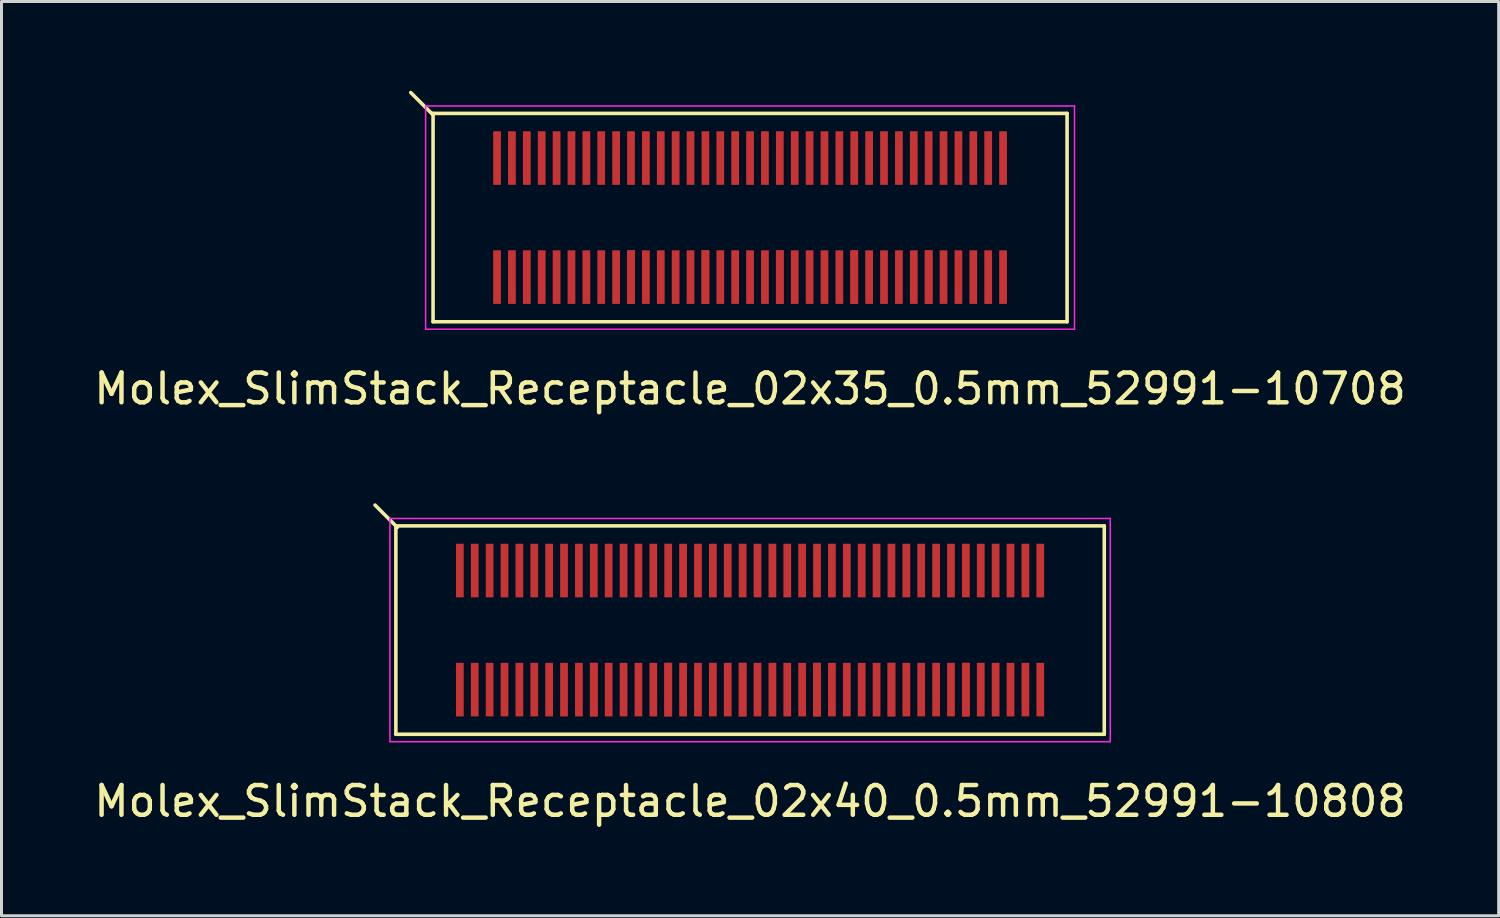
<source format=kicad_pcb>
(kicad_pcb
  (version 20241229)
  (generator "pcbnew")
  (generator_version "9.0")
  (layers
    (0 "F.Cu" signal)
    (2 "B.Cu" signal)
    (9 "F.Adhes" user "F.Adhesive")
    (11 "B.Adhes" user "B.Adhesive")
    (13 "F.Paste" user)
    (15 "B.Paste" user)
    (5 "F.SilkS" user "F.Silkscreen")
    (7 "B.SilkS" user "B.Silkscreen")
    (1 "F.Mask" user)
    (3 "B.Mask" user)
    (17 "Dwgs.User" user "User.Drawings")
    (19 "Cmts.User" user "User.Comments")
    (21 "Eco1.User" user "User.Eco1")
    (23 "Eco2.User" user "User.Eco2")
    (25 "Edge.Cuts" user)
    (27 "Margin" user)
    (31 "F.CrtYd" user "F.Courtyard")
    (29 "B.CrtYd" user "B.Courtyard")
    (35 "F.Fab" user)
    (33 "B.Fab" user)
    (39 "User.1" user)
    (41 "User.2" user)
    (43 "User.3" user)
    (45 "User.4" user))
  (footprint "Molex_SlimStack_Receptacle_02x35_0.5mm_52991-10708"
    (layer "F.Cu")
    (at 22.149 4.26)
    (property "Reference" "Molex_SlimStack_Receptacle_02x35_0.5mm_52991-10708" (at 0 5.75 0) (layer "F.SilkS") (effects (font (size 1 1) (thickness 0.15))))
    (attr smd)
    (fp_line (start -10.65 -3.5) (end -10.65 3.5) (stroke (width 0.12) (type solid)) (layer "F.SilkS"))
    (fp_line (start -10.65 -3.45) (end -11.4 -4.2) (stroke (width 0.12) (type solid)) (layer "F.SilkS"))
    (fp_line (start -10.65 3.5) (end 10.65 3.5) (stroke (width 0.12) (type solid)) (layer "F.SilkS"))
    (fp_line (start 10.65 -3.5) (end -10.65 -3.5) (stroke (width 0.12) (type solid)) (layer "F.SilkS"))
    (fp_line (start 10.65 3.5) (end 10.65 -3.5) (stroke (width 0.12) (type solid)) (layer "F.SilkS"))
    (fp_line (start -10.9 -3.75) (end -10.9 3.75) (stroke (width 0.05) (type solid)) (layer "F.CrtYd"))
    (fp_line (start -10.9 3.75) (end 10.9 3.75) (stroke (width 0.05) (type solid)) (layer "F.CrtYd"))
    (fp_line (start 10.9 -3.75) (end -10.9 -3.75) (stroke (width 0.05) (type solid)) (layer "F.CrtYd"))
    (fp_line (start 10.9 3.75) (end 10.9 -3.75) (stroke (width 0.05) (type solid)) (layer "F.CrtYd"))
    (pad "1" smd rect (at -8.5 -2) (size 0.26 1.8) (layers "F.Cu" "F.Mask" "F.Paste"))
    (pad "2" smd rect (at -8.5 2) (size 0.26 1.8) (layers "F.Cu" "F.Mask" "F.Paste"))
    (pad "3" smd rect (at -8 -2) (size 0.26 1.8) (layers "F.Cu" "F.Mask" "F.Paste"))
    (pad "4" smd rect (at -8 2) (size 0.26 1.8) (layers "F.Cu" "F.Mask" "F.Paste"))
    (pad "5" smd rect (at -7.5 -2) (size 0.26 1.8) (layers "F.Cu" "F.Mask" "F.Paste"))
    (pad "6" smd rect (at -7.5 2) (size 0.26 1.8) (layers "F.Cu" "F.Mask" "F.Paste"))
    (pad "7" smd rect (at -7 -2) (size 0.26 1.8) (layers "F.Cu" "F.Mask" "F.Paste"))
    (pad "8" smd rect (at -7 2) (size 0.26 1.8) (layers "F.Cu" "F.Mask" "F.Paste"))
    (pad "9" smd rect (at -6.5 -2) (size 0.26 1.8) (layers "F.Cu" "F.Mask" "F.Paste"))
    (pad "10" smd rect (at -6.5 2) (size 0.26 1.8) (layers "F.Cu" "F.Mask" "F.Paste"))
    (pad "11" smd rect (at -6 -2) (size 0.26 1.8) (layers "F.Cu" "F.Mask" "F.Paste"))
    (pad "12" smd rect (at -6 2) (size 0.26 1.8) (layers "F.Cu" "F.Mask" "F.Paste"))
    (pad "13" smd rect (at -5.5 -2) (size 0.26 1.8) (layers "F.Cu" "F.Mask" "F.Paste"))
    (pad "14" smd rect (at -5.5 2) (size 0.26 1.8) (layers "F.Cu" "F.Mask" "F.Paste"))
    (pad "15" smd rect (at -5 -2) (size 0.26 1.8) (layers "F.Cu" "F.Mask" "F.Paste"))
    (pad "16" smd rect (at -5 2) (size 0.26 1.8) (layers "F.Cu" "F.Mask" "F.Paste"))
    (pad "17" smd rect (at -4.5 -2) (size 0.26 1.8) (layers "F.Cu" "F.Mask" "F.Paste"))
    (pad "18" smd rect (at -4.5 2) (size 0.26 1.8) (layers "F.Cu" "F.Mask" "F.Paste"))
    (pad "19" smd rect (at -4 -2) (size 0.26 1.8) (layers "F.Cu" "F.Mask" "F.Paste"))
    (pad "20" smd rect (at -4 2) (size 0.26 1.8) (layers "F.Cu" "F.Mask" "F.Paste"))
    (pad "20" smd rect (at -4 2) (size 0.26 1.8) (layers "F.Cu" "F.Mask" "F.Paste"))
    (pad "21" smd rect (at -3.5 -2) (size 0.26 1.8) (layers "F.Cu" "F.Mask" "F.Paste"))
    (pad "22" smd rect (at -3.5 2) (size 0.26 1.8) (layers "F.Cu" "F.Mask" "F.Paste"))
    (pad "23" smd rect (at -3 -2) (size 0.26 1.8) (layers "F.Cu" "F.Mask" "F.Paste"))
    (pad "24" smd rect (at -3 2) (size 0.26 1.8) (layers "F.Cu" "F.Mask" "F.Paste"))
    (pad "25" smd rect (at -2.5 -2) (size 0.26 1.8) (layers "F.Cu" "F.Mask" "F.Paste"))
    (pad "26" smd rect (at -2.5 2) (size 0.26 1.8) (layers "F.Cu" "F.Mask" "F.Paste"))
    (pad "27" smd rect (at -2 -2) (size 0.26 1.8) (layers "F.Cu" "F.Mask" "F.Paste"))
    (pad "28" smd rect (at -2 2) (size 0.26 1.8) (layers "F.Cu" "F.Mask" "F.Paste"))
    (pad "29" smd rect (at -1.5 -2) (size 0.26 1.8) (layers "F.Cu" "F.Mask" "F.Paste"))
    (pad "30" smd rect (at -1.5 2) (size 0.26 1.8) (layers "F.Cu" "F.Mask" "F.Paste"))
    (pad "30" smd rect (at -1.5 2) (size 0.26 1.8) (layers "F.Cu" "F.Mask" "F.Paste"))
    (pad "31" smd rect (at -1 -2) (size 0.26 1.8) (layers "F.Cu" "F.Mask" "F.Paste"))
    (pad "32" smd rect (at -1 2) (size 0.26 1.8) (layers "F.Cu" "F.Mask" "F.Paste"))
    (pad "33" smd rect (at -0.5 -2) (size 0.26 1.8) (layers "F.Cu" "F.Mask" "F.Paste"))
    (pad "34" smd rect (at -0.5 2) (size 0.26 1.8) (layers "F.Cu" "F.Mask" "F.Paste"))
    (pad "35" smd rect (at 0 -2) (size 0.26 1.8) (layers "F.Cu" "F.Mask" "F.Paste"))
    (pad "36" smd rect (at 0 2) (size 0.26 1.8) (layers "F.Cu" "F.Mask" "F.Paste"))
    (pad "37" smd rect (at 0.5 -2) (size 0.26 1.8) (layers "F.Cu" "F.Mask" "F.Paste"))
    (pad "38" smd rect (at 0.5 2) (size 0.26 1.8) (layers "F.Cu" "F.Mask" "F.Paste"))
    (pad "39" smd rect (at 1 -2) (size 0.26 1.8) (layers "F.Cu" "F.Mask" "F.Paste"))
    (pad "40" smd rect (at 1 2) (size 0.26 1.8) (layers "F.Cu" "F.Mask" "F.Paste"))
    (pad "40" smd rect (at 1 2) (size 0.26 1.8) (layers "F.Cu" "F.Mask" "F.Paste"))
    (pad "41" smd rect (at 1.5 -2) (size 0.26 1.8) (layers "F.Cu" "F.Mask" "F.Paste"))
    (pad "42" smd rect (at 1.5 2) (size 0.26 1.8) (layers "F.Cu" "F.Mask" "F.Paste"))
    (pad "43" smd rect (at 2 -2) (size 0.26 1.8) (layers "F.Cu" "F.Mask" "F.Paste"))
    (pad "44" smd rect (at 2 2) (size 0.26 1.8) (layers "F.Cu" "F.Mask" "F.Paste"))
    (pad "45" smd rect (at 2.5 -2) (size 0.26 1.8) (layers "F.Cu" "F.Mask" "F.Paste"))
    (pad "46" smd rect (at 2.5 2) (size 0.26 1.8) (layers "F.Cu" "F.Mask" "F.Paste"))
    (pad "47" smd rect (at 3 -2) (size 0.26 1.8) (layers "F.Cu" "F.Mask" "F.Paste"))
    (pad "48" smd rect (at 3 2) (size 0.26 1.8) (layers "F.Cu" "F.Mask" "F.Paste"))
    (pad "49" smd rect (at 3.5 -2) (size 0.26 1.8) (layers "F.Cu" "F.Mask" "F.Paste"))
    (pad "50" smd rect (at 3.5 2) (size 0.26 1.8) (layers "F.Cu" "F.Mask" "F.Paste"))
    (pad "50" smd rect (at 3.5 2) (size 0.26 1.8) (layers "F.Cu" "F.Mask" "F.Paste"))
    (pad "51" smd rect (at 4 -2) (size 0.26 1.8) (layers "F.Cu" "F.Mask" "F.Paste"))
    (pad "52" smd rect (at 4 2) (size 0.26 1.8) (layers "F.Cu" "F.Mask" "F.Paste"))
    (pad "53" smd rect (at 4.5 -2) (size 0.26 1.8) (layers "F.Cu" "F.Mask" "F.Paste"))
    (pad "54" smd rect (at 4.5 2) (size 0.26 1.8) (layers "F.Cu" "F.Mask" "F.Paste"))
    (pad "55" smd rect (at 5 -2) (size 0.26 1.8) (layers "F.Cu" "F.Mask" "F.Paste"))
    (pad "56" smd rect (at 5 2) (size 0.26 1.8) (layers "F.Cu" "F.Mask" "F.Paste"))
    (pad "57" smd rect (at 5.5 -2) (size 0.26 1.8) (layers "F.Cu" "F.Mask" "F.Paste"))
    (pad "58" smd rect (at 5.5 2) (size 0.26 1.8) (layers "F.Cu" "F.Mask" "F.Paste"))
    (pad "59" smd rect (at 6 -2) (size 0.26 1.8) (layers "F.Cu" "F.Mask" "F.Paste"))
    (pad "60" smd rect (at 6 2) (size 0.26 1.8) (layers "F.Cu" "F.Mask" "F.Paste"))
    (pad "60" smd rect (at 6 2) (size 0.26 1.8) (layers "F.Cu" "F.Mask" "F.Paste"))
    (pad "61" smd rect (at 6.5 -2) (size 0.26 1.8) (layers "F.Cu" "F.Mask" "F.Paste"))
    (pad "62" smd rect (at 6.5 2) (size 0.26 1.8) (layers "F.Cu" "F.Mask" "F.Paste"))
    (pad "63" smd rect (at 7 -2) (size 0.26 1.8) (layers "F.Cu" "F.Mask" "F.Paste"))
    (pad "64" smd rect (at 7 2) (size 0.26 1.8) (layers "F.Cu" "F.Mask" "F.Paste"))
    (pad "65" smd rect (at 7.5 -2) (size 0.26 1.8) (layers "F.Cu" "F.Mask" "F.Paste"))
    (pad "66" smd rect (at 7.5 2) (size 0.26 1.8) (layers "F.Cu" "F.Mask" "F.Paste"))
    (pad "67" smd rect (at 8 -2) (size 0.26 1.8) (layers "F.Cu" "F.Mask" "F.Paste"))
    (pad "68" smd rect (at 8 2) (size 0.26 1.8) (layers "F.Cu" "F.Mask" "F.Paste"))
    (pad "69" smd rect (at 8.5 -2) (size 0.26 1.8) (layers "F.Cu" "F.Mask" "F.Paste"))
    (pad "70" smd rect (at 8.5 2) (size 0.26 1.8) (layers "F.Cu" "F.Mask" "F.Paste")))
  (footprint "Molex_SlimStack_Receptacle_02x40_0.5mm_52991-10808"
    (layer "F.Cu")
    (at 22.149 18.118)
    (property "Reference" "Molex_SlimStack_Receptacle_02x40_0.5mm_52991-10808" (at 0 5.75 0) (layer "F.SilkS") (effects (font (size 1 1) (thickness 0.15))))
    (attr smd)
    (fp_line (start -11.9 -3.5) (end -11.9 3.5) (stroke (width 0.12) (type solid)) (layer "F.SilkS"))
    (fp_line (start -11.9 3.5) (end 11.9 3.5) (stroke (width 0.12) (type solid)) (layer "F.SilkS"))
    (fp_line (start -11.85 -3.45) (end -12.6 -4.2) (stroke (width 0.12) (type solid)) (layer "F.SilkS"))
    (fp_line (start 11.9 -3.5) (end -11.9 -3.5) (stroke (width 0.12) (type solid)) (layer "F.SilkS"))
    (fp_line (start 11.9 3.5) (end 11.9 -3.5) (stroke (width 0.12) (type solid)) (layer "F.SilkS"))
    (fp_line (start -12.1 -3.75) (end -12.1 3.75) (stroke (width 0.05) (type solid)) (layer "F.CrtYd"))
    (fp_line (start -12.1 3.75) (end 12.1 3.75) (stroke (width 0.05) (type solid)) (layer "F.CrtYd"))
    (fp_line (start 12.1 -3.75) (end -12.1 -3.75) (stroke (width 0.05) (type solid)) (layer "F.CrtYd"))
    (fp_line (start 12.1 3.75) (end 12.1 -3.75) (stroke (width 0.05) (type solid)) (layer "F.CrtYd"))
    (pad "1" smd rect (at -9.75 -2) (size 0.26 1.8) (layers "F.Cu" "F.Mask" "F.Paste"))
    (pad "2" smd rect (at -9.75 2) (size 0.26 1.8) (layers "F.Cu" "F.Mask" "F.Paste"))
    (pad "3" smd rect (at -9.25 -2) (size 0.26 1.8) (layers "F.Cu" "F.Mask" "F.Paste"))
    (pad "4" smd rect (at -9.25 2) (size 0.26 1.8) (layers "F.Cu" "F.Mask" "F.Paste"))
    (pad "5" smd rect (at -8.75 -2) (size 0.26 1.8) (layers "F.Cu" "F.Mask" "F.Paste"))
    (pad "6" smd rect (at -8.75 2) (size 0.26 1.8) (layers "F.Cu" "F.Mask" "F.Paste"))
    (pad "7" smd rect (at -8.25 -2) (size 0.26 1.8) (layers "F.Cu" "F.Mask" "F.Paste"))
    (pad "8" smd rect (at -8.25 2) (size 0.26 1.8) (layers "F.Cu" "F.Mask" "F.Paste"))
    (pad "9" smd rect (at -7.75 -2) (size 0.26 1.8) (layers "F.Cu" "F.Mask" "F.Paste"))
    (pad "10" smd rect (at -7.75 2) (size 0.26 1.8) (layers "F.Cu" "F.Mask" "F.Paste"))
    (pad "11" smd rect (at -7.25 -2) (size 0.26 1.8) (layers "F.Cu" "F.Mask" "F.Paste"))
    (pad "12" smd rect (at -7.25 2) (size 0.26 1.8) (layers "F.Cu" "F.Mask" "F.Paste"))
    (pad "13" smd rect (at -6.75 -2) (size 0.26 1.8) (layers "F.Cu" "F.Mask" "F.Paste"))
    (pad "14" smd rect (at -6.75 2) (size 0.26 1.8) (layers "F.Cu" "F.Mask" "F.Paste"))
    (pad "15" smd rect (at -6.25 -2) (size 0.26 1.8) (layers "F.Cu" "F.Mask" "F.Paste"))
    (pad "16" smd rect (at -6.25 2) (size 0.26 1.8) (layers "F.Cu" "F.Mask" "F.Paste"))
    (pad "17" smd rect (at -5.75 -2) (size 0.26 1.8) (layers "F.Cu" "F.Mask" "F.Paste"))
    (pad "18" smd rect (at -5.75 2) (size 0.26 1.8) (layers "F.Cu" "F.Mask" "F.Paste"))
    (pad "19" smd rect (at -5.25 -2) (size 0.26 1.8) (layers "F.Cu" "F.Mask" "F.Paste"))
    (pad "20" smd rect (at -5.25 2) (size 0.26 1.8) (layers "F.Cu" "F.Mask" "F.Paste"))
    (pad "20" smd rect (at -5.25 2) (size 0.26 1.8) (layers "F.Cu" "F.Mask" "F.Paste"))
    (pad "21" smd rect (at -4.75 -2) (size 0.26 1.8) (layers "F.Cu" "F.Mask" "F.Paste"))
    (pad "22" smd rect (at -4.75 2) (size 0.26 1.8) (layers "F.Cu" "F.Mask" "F.Paste"))
    (pad "23" smd rect (at -4.25 -2) (size 0.26 1.8) (layers "F.Cu" "F.Mask" "F.Paste"))
    (pad "24" smd rect (at -4.25 2) (size 0.26 1.8) (layers "F.Cu" "F.Mask" "F.Paste"))
    (pad "25" smd rect (at -3.75 -2) (size 0.26 1.8) (layers "F.Cu" "F.Mask" "F.Paste"))
    (pad "26" smd rect (at -3.75 2) (size 0.26 1.8) (layers "F.Cu" "F.Mask" "F.Paste"))
    (pad "27" smd rect (at -3.25 -2) (size 0.26 1.8) (layers "F.Cu" "F.Mask" "F.Paste"))
    (pad "28" smd rect (at -3.25 2) (size 0.26 1.8) (layers "F.Cu" "F.Mask" "F.Paste"))
    (pad "29" smd rect (at -2.75 -2) (size 0.26 1.8) (layers "F.Cu" "F.Mask" "F.Paste"))
    (pad "30" smd rect (at -2.75 2) (size 0.26 1.8) (layers "F.Cu" "F.Mask" "F.Paste"))
    (pad "30" smd rect (at -2.75 2) (size 0.26 1.8) (layers "F.Cu" "F.Mask" "F.Paste"))
    (pad "31" smd rect (at -2.25 -2) (size 0.26 1.8) (layers "F.Cu" "F.Mask" "F.Paste"))
    (pad "32" smd rect (at -2.25 2) (size 0.26 1.8) (layers "F.Cu" "F.Mask" "F.Paste"))
    (pad "33" smd rect (at -1.75 -2) (size 0.26 1.8) (layers "F.Cu" "F.Mask" "F.Paste"))
    (pad "34" smd rect (at -1.75 2) (size 0.26 1.8) (layers "F.Cu" "F.Mask" "F.Paste"))
    (pad "35" smd rect (at -1.25 -2) (size 0.26 1.8) (layers "F.Cu" "F.Mask" "F.Paste"))
    (pad "36" smd rect (at -1.25 2) (size 0.26 1.8) (layers "F.Cu" "F.Mask" "F.Paste"))
    (pad "37" smd rect (at -0.75 -2) (size 0.26 1.8) (layers "F.Cu" "F.Mask" "F.Paste"))
    (pad "38" smd rect (at -0.75 2) (size 0.26 1.8) (layers "F.Cu" "F.Mask" "F.Paste"))
    (pad "39" smd rect (at -0.25 -2) (size 0.26 1.8) (layers "F.Cu" "F.Mask" "F.Paste"))
    (pad "40" smd rect (at -0.25 2) (size 0.26 1.8) (layers "F.Cu" "F.Mask" "F.Paste"))
    (pad "40" smd rect (at -0.25 2) (size 0.26 1.8) (layers "F.Cu" "F.Mask" "F.Paste"))
    (pad "41" smd rect (at 0.25 -2) (size 0.26 1.8) (layers "F.Cu" "F.Mask" "F.Paste"))
    (pad "42" smd rect (at 0.25 2) (size 0.26 1.8) (layers "F.Cu" "F.Mask" "F.Paste"))
    (pad "43" smd rect (at 0.75 -2) (size 0.26 1.8) (layers "F.Cu" "F.Mask" "F.Paste"))
    (pad "44" smd rect (at 0.75 2) (size 0.26 1.8) (layers "F.Cu" "F.Mask" "F.Paste"))
    (pad "45" smd rect (at 1.25 -2) (size 0.26 1.8) (layers "F.Cu" "F.Mask" "F.Paste"))
    (pad "46" smd rect (at 1.25 2) (size 0.26 1.8) (layers "F.Cu" "F.Mask" "F.Paste"))
    (pad "47" smd rect (at 1.75 -2) (size 0.26 1.8) (layers "F.Cu" "F.Mask" "F.Paste"))
    (pad "48" smd rect (at 1.75 2) (size 0.26 1.8) (layers "F.Cu" "F.Mask" "F.Paste"))
    (pad "49" smd rect (at 2.25 -2) (size 0.26 1.8) (layers "F.Cu" "F.Mask" "F.Paste"))
    (pad "50" smd rect (at 2.25 2) (size 0.26 1.8) (layers "F.Cu" "F.Mask" "F.Paste"))
    (pad "50" smd rect (at 2.25 2) (size 0.26 1.8) (layers "F.Cu" "F.Mask" "F.Paste"))
    (pad "51" smd rect (at 2.75 -2) (size 0.26 1.8) (layers "F.Cu" "F.Mask" "F.Paste"))
    (pad "52" smd rect (at 2.75 2) (size 0.26 1.8) (layers "F.Cu" "F.Mask" "F.Paste"))
    (pad "53" smd rect (at 3.25 -2) (size 0.26 1.8) (layers "F.Cu" "F.Mask" "F.Paste"))
    (pad "54" smd rect (at 3.25 2) (size 0.26 1.8) (layers "F.Cu" "F.Mask" "F.Paste"))
    (pad "55" smd rect (at 3.75 -2) (size 0.26 1.8) (layers "F.Cu" "F.Mask" "F.Paste"))
    (pad "56" smd rect (at 3.75 2) (size 0.26 1.8) (layers "F.Cu" "F.Mask" "F.Paste"))
    (pad "57" smd rect (at 4.25 -2) (size 0.26 1.8) (layers "F.Cu" "F.Mask" "F.Paste"))
    (pad "58" smd rect (at 4.25 2) (size 0.26 1.8) (layers "F.Cu" "F.Mask" "F.Paste"))
    (pad "59" smd rect (at 4.75 -2) (size 0.26 1.8) (layers "F.Cu" "F.Mask" "F.Paste"))
    (pad "60" smd rect (at 4.75 2) (size 0.26 1.8) (layers "F.Cu" "F.Mask" "F.Paste"))
    (pad "60" smd rect (at 4.75 2) (size 0.26 1.8) (layers "F.Cu" "F.Mask" "F.Paste"))
    (pad "61" smd rect (at 5.25 -2) (size 0.26 1.8) (layers "F.Cu" "F.Mask" "F.Paste"))
    (pad "62" smd rect (at 5.25 2) (size 0.26 1.8) (layers "F.Cu" "F.Mask" "F.Paste"))
    (pad "63" smd rect (at 5.75 -2) (size 0.26 1.8) (layers "F.Cu" "F.Mask" "F.Paste"))
    (pad "64" smd rect (at 5.75 2) (size 0.26 1.8) (layers "F.Cu" "F.Mask" "F.Paste"))
    (pad "65" smd rect (at 6.25 -2) (size 0.26 1.8) (layers "F.Cu" "F.Mask" "F.Paste"))
    (pad "66" smd rect (at 6.25 2) (size 0.26 1.8) (layers "F.Cu" "F.Mask" "F.Paste"))
    (pad "67" smd rect (at 6.75 -2) (size 0.26 1.8) (layers "F.Cu" "F.Mask" "F.Paste"))
    (pad "68" smd rect (at 6.75 2) (size 0.26 1.8) (layers "F.Cu" "F.Mask" "F.Paste"))
    (pad "69" smd rect (at 7.25 -2) (size 0.26 1.8) (layers "F.Cu" "F.Mask" "F.Paste"))
    (pad "70" smd rect (at 7.25 2) (size 0.26 1.8) (layers "F.Cu" "F.Mask" "F.Paste"))
    (pad "70" smd rect (at 7.25 2) (size 0.26 1.8) (layers "F.Cu" "F.Mask" "F.Paste"))
    (pad "71" smd rect (at 7.75 -2) (size 0.26 1.8) (layers "F.Cu" "F.Mask" "F.Paste"))
    (pad "72" smd rect (at 7.75 2) (size 0.26 1.8) (layers "F.Cu" "F.Mask" "F.Paste"))
    (pad "73" smd rect (at 8.25 -2) (size 0.26 1.8) (layers "F.Cu" "F.Mask" "F.Paste"))
    (pad "74" smd rect (at 8.25 2) (size 0.26 1.8) (layers "F.Cu" "F.Mask" "F.Paste"))
    (pad "75" smd rect (at 8.75 -2) (size 0.26 1.8) (layers "F.Cu" "F.Mask" "F.Paste"))
    (pad "76" smd rect (at 8.75 2) (size 0.26 1.8) (layers "F.Cu" "F.Mask" "F.Paste"))
    (pad "77" smd rect (at 9.25 -2) (size 0.26 1.8) (layers "F.Cu" "F.Mask" "F.Paste"))
    (pad "78" smd rect (at 9.25 2) (size 0.26 1.8) (layers "F.Cu" "F.Mask" "F.Paste"))
    (pad "79" smd rect (at 9.75 -2) (size 0.26 1.8) (layers "F.Cu" "F.Mask" "F.Paste"))
    (pad "80" smd rect (at 9.75 2) (size 0.26 1.8) (layers "F.Cu" "F.Mask" "F.Paste")))
  (gr_rect
    (start -3 -3)
    (end 47.298 27.716)
    (stroke (width 0.1) (type default))
    (fill no)
    (layer "Edge.Cuts")))
</source>
